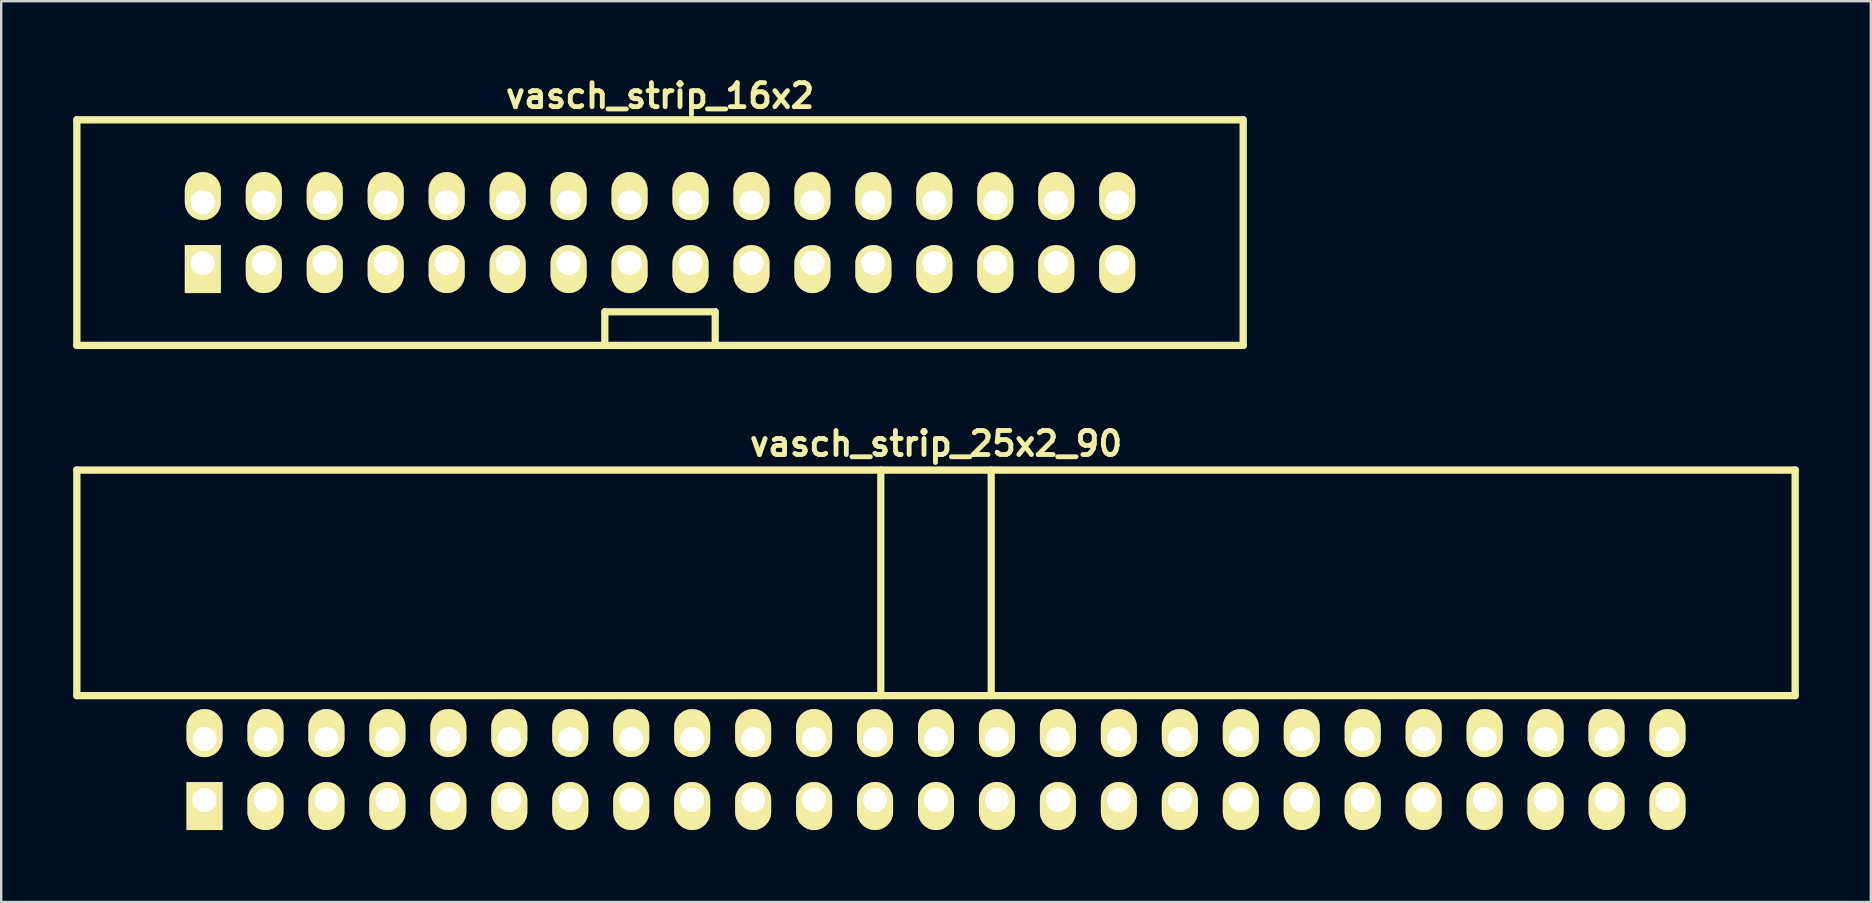
<source format=kicad_pcb>
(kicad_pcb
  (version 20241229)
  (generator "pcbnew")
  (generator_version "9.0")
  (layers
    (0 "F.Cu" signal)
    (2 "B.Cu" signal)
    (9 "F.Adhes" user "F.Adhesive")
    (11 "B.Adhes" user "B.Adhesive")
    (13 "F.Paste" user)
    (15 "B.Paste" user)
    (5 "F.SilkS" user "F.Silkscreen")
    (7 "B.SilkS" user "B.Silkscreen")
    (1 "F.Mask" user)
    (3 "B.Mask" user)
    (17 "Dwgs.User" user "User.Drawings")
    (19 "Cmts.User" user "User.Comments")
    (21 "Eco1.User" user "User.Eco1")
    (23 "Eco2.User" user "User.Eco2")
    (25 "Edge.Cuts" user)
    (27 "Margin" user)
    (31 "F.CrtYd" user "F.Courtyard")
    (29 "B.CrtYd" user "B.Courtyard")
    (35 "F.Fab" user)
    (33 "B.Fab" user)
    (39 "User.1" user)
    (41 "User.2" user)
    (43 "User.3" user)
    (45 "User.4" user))
  (footprint "vasch_strip_25x2_90"
    (layer "F.Cu")
    (at 35.952 23.936)
    (property "Reference" "vasch_strip_25x2_90" (at 0 -8.5 0) (layer "F.SilkS") (effects (font (size 1 1) (thickness 0.203))))
    (attr through_hole)
    (fp_line (start -35.8 -7.4) (end -35.8 2) (stroke (width 0.305) (type solid)) (layer "F.SilkS"))
    (fp_line (start -35.8 2) (end 35.8 2) (stroke (width 0.305) (type solid)) (layer "F.SilkS"))
    (fp_line (start -2.3 -7.4) (end -2.3 2) (stroke (width 0.3) (type solid)) (layer "F.SilkS"))
    (fp_line (start 2.3 -7.4) (end 2.3 2) (stroke (width 0.3) (type solid)) (layer "F.SilkS"))
    (fp_line (start 35.8 -7.4) (end -35.8 -7.4) (stroke (width 0.305) (type solid)) (layer "F.SilkS"))
    (fp_line (start 35.8 -7.4) (end 35.8 2) (stroke (width 0.305) (type solid)) (layer "F.SilkS"))
    (pad "1" thru_hole rect (at -30.48 6.35) (size 1.5 2) (drill 1 (offset 0 0.25)) (layers "*.Cu" "*.Mask" "F.SilkS"))
    (pad "2" thru_hole oval (at -30.48 3.81) (size 1.5 2) (drill 1 (offset 0 -0.25)) (layers "*.Cu" "*.Mask" "F.SilkS"))
    (pad "3" thru_hole oval (at -27.94 6.35) (size 1.5 2) (drill 1 (offset 0 0.25)) (layers "*.Cu" "*.Mask" "F.SilkS"))
    (pad "4" thru_hole oval (at -27.94 3.81) (size 1.5 2) (drill 1 (offset 0 -0.25)) (layers "*.Cu" "*.Mask" "F.SilkS"))
    (pad "5" thru_hole oval (at -25.4 6.35) (size 1.5 2) (drill 1 (offset 0 0.25)) (layers "*.Cu" "*.Mask" "F.SilkS"))
    (pad "6" thru_hole oval (at -25.4 3.81) (size 1.5 2) (drill 1 (offset 0 -0.25)) (layers "*.Cu" "*.Mask" "F.SilkS"))
    (pad "7" thru_hole oval (at -22.86 6.35) (size 1.5 2) (drill 1 (offset 0 0.25)) (layers "*.Cu" "*.Mask" "F.SilkS"))
    (pad "8" thru_hole oval (at -22.86 3.81) (size 1.5 2) (drill 1 (offset 0 -0.25)) (layers "*.Cu" "*.Mask" "F.SilkS"))
    (pad "9" thru_hole oval (at -20.32 6.35) (size 1.5 2) (drill 1 (offset 0 0.25)) (layers "*.Cu" "*.Mask" "F.SilkS"))
    (pad "10" thru_hole oval (at -20.32 3.81) (size 1.5 2) (drill 1 (offset 0 -0.25)) (layers "*.Cu" "*.Mask" "F.SilkS"))
    (pad "11" thru_hole oval (at -17.78 6.35) (size 1.5 2) (drill 1 (offset 0 0.25)) (layers "*.Cu" "*.Mask" "F.SilkS"))
    (pad "12" thru_hole oval (at -17.78 3.81) (size 1.5 2) (drill 1 (offset 0 -0.25)) (layers "*.Cu" "*.Mask" "F.SilkS"))
    (pad "13" thru_hole oval (at -15.24 6.35) (size 1.5 2) (drill 1 (offset 0 0.25)) (layers "*.Cu" "*.Mask" "F.SilkS"))
    (pad "14" thru_hole oval (at -15.24 3.81) (size 1.5 2) (drill 1 (offset 0 -0.25)) (layers "*.Cu" "*.Mask" "F.SilkS"))
    (pad "15" thru_hole oval (at -12.7 6.35) (size 1.5 2) (drill 1 (offset 0 0.25)) (layers "*.Cu" "*.Mask" "F.SilkS"))
    (pad "16" thru_hole oval (at -12.7 3.81) (size 1.5 2) (drill 1 (offset 0 -0.25)) (layers "*.Cu" "*.Mask" "F.SilkS"))
    (pad "17" thru_hole oval (at -10.16 6.35) (size 1.5 2) (drill 1 (offset 0 0.25)) (layers "*.Cu" "*.Mask" "F.SilkS"))
    (pad "18" thru_hole oval (at -10.16 3.81) (size 1.5 2) (drill 1 (offset 0 -0.25)) (layers "*.Cu" "*.Mask" "F.SilkS"))
    (pad "19" thru_hole oval (at -7.62 6.35) (size 1.5 2) (drill 1 (offset 0 0.25)) (layers "*.Cu" "*.Mask" "F.SilkS"))
    (pad "20" thru_hole oval (at -7.62 3.81) (size 1.5 2) (drill 1 (offset 0 -0.25)) (layers "*.Cu" "*.Mask" "F.SilkS"))
    (pad "21" thru_hole oval (at -5.08 6.35) (size 1.5 2) (drill 1 (offset 0 0.25)) (layers "*.Cu" "*.Mask" "F.SilkS"))
    (pad "22" thru_hole oval (at -5.08 3.81) (size 1.5 2) (drill 1 (offset 0 -0.25)) (layers "*.Cu" "*.Mask" "F.SilkS"))
    (pad "23" thru_hole oval (at -2.54 6.35) (size 1.5 2) (drill 1 (offset 0 0.25)) (layers "*.Cu" "*.Mask" "F.SilkS"))
    (pad "24" thru_hole oval (at -2.54 3.81) (size 1.5 2) (drill 1 (offset 0 -0.25)) (layers "*.Cu" "*.Mask" "F.SilkS"))
    (pad "25" thru_hole oval (at 0 6.35) (size 1.5 2) (drill 1 (offset 0 0.25)) (layers "*.Cu" "*.Mask" "F.SilkS"))
    (pad "26" thru_hole oval (at 0 3.81) (size 1.5 2) (drill 1 (offset 0 -0.25)) (layers "*.Cu" "*.Mask" "F.SilkS"))
    (pad "27" thru_hole oval (at 2.54 6.35) (size 1.5 2) (drill 1 (offset 0 0.25)) (layers "*.Cu" "*.Mask" "F.SilkS"))
    (pad "28" thru_hole oval (at 2.54 3.81) (size 1.5 2) (drill 1 (offset 0 -0.25)) (layers "*.Cu" "*.Mask" "F.SilkS"))
    (pad "29" thru_hole oval (at 5.08 6.35) (size 1.5 2) (drill 1 (offset 0 0.25)) (layers "*.Cu" "*.Mask" "F.SilkS"))
    (pad "30" thru_hole oval (at 5.08 3.81) (size 1.5 2) (drill 1 (offset 0 -0.25)) (layers "*.Cu" "*.Mask" "F.SilkS"))
    (pad "31" thru_hole oval (at 7.62 6.35) (size 1.5 2) (drill 1 (offset 0 0.25)) (layers "*.Cu" "*.Mask" "F.SilkS"))
    (pad "32" thru_hole oval (at 7.62 3.81) (size 1.5 2) (drill 1 (offset 0 -0.25)) (layers "*.Cu" "*.Mask" "F.SilkS"))
    (pad "33" thru_hole oval (at 10.16 6.35) (size 1.5 2) (drill 1 (offset 0 0.25)) (layers "*.Cu" "*.Mask" "F.SilkS"))
    (pad "34" thru_hole oval (at 10.16 3.81) (size 1.5 2) (drill 1 (offset 0 -0.25)) (layers "*.Cu" "*.Mask" "F.SilkS"))
    (pad "35" thru_hole oval (at 12.7 6.35) (size 1.5 2) (drill 1 (offset 0 0.25)) (layers "*.Cu" "*.Mask" "F.SilkS"))
    (pad "36" thru_hole oval (at 12.7 3.81) (size 1.5 2) (drill 1 (offset 0 -0.25)) (layers "*.Cu" "*.Mask" "F.SilkS"))
    (pad "37" thru_hole oval (at 15.24 6.35) (size 1.5 2) (drill 1 (offset 0 0.25)) (layers "*.Cu" "*.Mask" "F.SilkS"))
    (pad "38" thru_hole oval (at 15.24 3.81) (size 1.5 2) (drill 1 (offset 0 -0.25)) (layers "*.Cu" "*.Mask" "F.SilkS"))
    (pad "39" thru_hole oval (at 17.78 6.35) (size 1.5 2) (drill 1 (offset 0 0.25)) (layers "*.Cu" "*.Mask" "F.SilkS"))
    (pad "40" thru_hole oval (at 17.78 3.81) (size 1.5 2) (drill 1 (offset 0 -0.25)) (layers "*.Cu" "*.Mask" "F.SilkS"))
    (pad "41" thru_hole oval (at 20.32 6.35) (size 1.5 2) (drill 1 (offset 0 0.25)) (layers "*.Cu" "*.Mask" "F.SilkS"))
    (pad "42" thru_hole oval (at 20.32 3.81) (size 1.5 2) (drill 1 (offset 0 -0.25)) (layers "*.Cu" "*.Mask" "F.SilkS"))
    (pad "43" thru_hole oval (at 22.86 6.35) (size 1.5 2) (drill 1 (offset 0 0.25)) (layers "*.Cu" "*.Mask" "F.SilkS"))
    (pad "44" thru_hole oval (at 22.86 3.81) (size 1.5 2) (drill 1 (offset 0 -0.25)) (layers "*.Cu" "*.Mask" "F.SilkS"))
    (pad "45" thru_hole oval (at 25.4 6.35) (size 1.5 2) (drill 1 (offset 0 0.25)) (layers "*.Cu" "*.Mask" "F.SilkS"))
    (pad "46" thru_hole oval (at 25.4 3.81) (size 1.5 2) (drill 1 (offset 0 -0.25)) (layers "*.Cu" "*.Mask" "F.SilkS"))
    (pad "47" thru_hole oval (at 27.94 6.35) (size 1.5 2) (drill 1 (offset 0 0.25)) (layers "*.Cu" "*.Mask" "F.SilkS"))
    (pad "48" thru_hole oval (at 27.94 3.81) (size 1.5 2) (drill 1 (offset 0 -0.25)) (layers "*.Cu" "*.Mask" "F.SilkS"))
    (pad "49" thru_hole oval (at 30.48 6.35) (size 1.5 2) (drill 1 (offset 0 0.25)) (layers "*.Cu" "*.Mask" "F.SilkS"))
    (pad "50" thru_hole oval (at 30.48 3.81) (size 1.5 2) (drill 1 (offset 0 -0.25)) (layers "*.Cu" "*.Mask" "F.SilkS")))
  (footprint "vasch_strip_16x2"
    (layer "F.Cu")
    (at 24.452 6.642)
    (property "Reference" "vasch_strip_16x2" (at 0 -5.7 0) (layer "F.SilkS") (effects (font (size 1 1) (thickness 0.203))))
    (attr through_hole)
    (fp_line (start -24.3 -4.7) (end -24.3 4.7) (stroke (width 0.305) (type solid)) (layer "F.SilkS"))
    (fp_line (start -24.3 4.7) (end 24.3 4.7) (stroke (width 0.305) (type solid)) (layer "F.SilkS"))
    (fp_line (start -2.3 3.3) (end -2.3 4.7) (stroke (width 0.3) (type solid)) (layer "F.SilkS"))
    (fp_line (start 2.3 3.3) (end -2.3 3.3) (stroke (width 0.3) (type solid)) (layer "F.SilkS"))
    (fp_line (start 2.3 4.7) (end 2.3 3.3) (stroke (width 0.3) (type solid)) (layer "F.SilkS"))
    (fp_line (start 24.3 -4.7) (end -24.3 -4.7) (stroke (width 0.305) (type solid)) (layer "F.SilkS"))
    (fp_line (start 24.3 -4.7) (end 24.3 4.7) (stroke (width 0.305) (type solid)) (layer "F.SilkS"))
    (pad "1" thru_hole rect (at -19.05 1.27) (size 1.5 2) (drill 1 (offset 0 0.25)) (layers "*.Cu" "*.Mask" "F.SilkS"))
    (pad "2" thru_hole oval (at -19.05 -1.27) (size 1.5 2) (drill 1 (offset 0 -0.25)) (layers "*.Cu" "*.Mask" "F.SilkS"))
    (pad "3" thru_hole oval (at -16.51 1.27) (size 1.5 2) (drill 1 (offset 0 0.25)) (layers "*.Cu" "*.Mask" "F.SilkS"))
    (pad "4" thru_hole oval (at -16.51 -1.27) (size 1.5 2) (drill 1 (offset 0 -0.25)) (layers "*.Cu" "*.Mask" "F.SilkS"))
    (pad "5" thru_hole oval (at -13.97 1.27) (size 1.5 2) (drill 1 (offset 0 0.25)) (layers "*.Cu" "*.Mask" "F.SilkS"))
    (pad "6" thru_hole oval (at -13.97 -1.27) (size 1.5 2) (drill 1 (offset 0 -0.25)) (layers "*.Cu" "*.Mask" "F.SilkS"))
    (pad "7" thru_hole oval (at -11.43 1.27) (size 1.5 2) (drill 1 (offset 0 0.25)) (layers "*.Cu" "*.Mask" "F.SilkS"))
    (pad "8" thru_hole oval (at -11.43 -1.27) (size 1.5 2) (drill 1 (offset 0 -0.25)) (layers "*.Cu" "*.Mask" "F.SilkS"))
    (pad "9" thru_hole oval (at -8.89 1.27) (size 1.5 2) (drill 1 (offset 0 0.25)) (layers "*.Cu" "*.Mask" "F.SilkS"))
    (pad "10" thru_hole oval (at -8.89 -1.27) (size 1.5 2) (drill 1 (offset 0 -0.25)) (layers "*.Cu" "*.Mask" "F.SilkS"))
    (pad "11" thru_hole oval (at -6.35 1.27) (size 1.5 2) (drill 1 (offset 0 0.25)) (layers "*.Cu" "*.Mask" "F.SilkS"))
    (pad "12" thru_hole oval (at -6.35 -1.27) (size 1.5 2) (drill 1 (offset 0 -0.25)) (layers "*.Cu" "*.Mask" "F.SilkS"))
    (pad "13" thru_hole oval (at -3.81 1.27) (size 1.5 2) (drill 1 (offset 0 0.25)) (layers "*.Cu" "*.Mask" "F.SilkS"))
    (pad "14" thru_hole oval (at -3.81 -1.27) (size 1.5 2) (drill 1 (offset 0 -0.25)) (layers "*.Cu" "*.Mask" "F.SilkS"))
    (pad "15" thru_hole oval (at -1.27 1.27) (size 1.5 2) (drill 1 (offset 0 0.25)) (layers "*.Cu" "*.Mask" "F.SilkS"))
    (pad "16" thru_hole oval (at -1.27 -1.27) (size 1.5 2) (drill 1 (offset 0 -0.25)) (layers "*.Cu" "*.Mask" "F.SilkS"))
    (pad "17" thru_hole oval (at 1.27 1.27) (size 1.5 2) (drill 1 (offset 0 0.25)) (layers "*.Cu" "*.Mask" "F.SilkS"))
    (pad "18" thru_hole oval (at 1.27 -1.27) (size 1.5 2) (drill 1 (offset 0 -0.25)) (layers "*.Cu" "*.Mask" "F.SilkS"))
    (pad "19" thru_hole oval (at 3.81 1.27) (size 1.5 2) (drill 1 (offset 0 0.25)) (layers "*.Cu" "*.Mask" "F.SilkS"))
    (pad "20" thru_hole oval (at 3.81 -1.27) (size 1.5 2) (drill 1 (offset 0 -0.25)) (layers "*.Cu" "*.Mask" "F.SilkS"))
    (pad "21" thru_hole oval (at 6.35 1.27) (size 1.5 2) (drill 1 (offset 0 0.25)) (layers "*.Cu" "*.Mask" "F.SilkS"))
    (pad "22" thru_hole oval (at 6.35 -1.27) (size 1.5 2) (drill 1 (offset 0 -0.25)) (layers "*.Cu" "*.Mask" "F.SilkS"))
    (pad "23" thru_hole oval (at 8.89 1.27) (size 1.5 2) (drill 1 (offset 0 0.25)) (layers "*.Cu" "*.Mask" "F.SilkS"))
    (pad "24" thru_hole oval (at 8.89 -1.27) (size 1.5 2) (drill 1 (offset 0 -0.25)) (layers "*.Cu" "*.Mask" "F.SilkS"))
    (pad "25" thru_hole oval (at 11.43 1.27) (size 1.5 2) (drill 1 (offset 0 0.25)) (layers "*.Cu" "*.Mask" "F.SilkS"))
    (pad "26" thru_hole oval (at 11.43 -1.27) (size 1.5 2) (drill 1 (offset 0 -0.25)) (layers "*.Cu" "*.Mask" "F.SilkS"))
    (pad "27" thru_hole oval (at 13.97 1.27) (size 1.5 2) (drill 1 (offset 0 0.25)) (layers "*.Cu" "*.Mask" "F.SilkS"))
    (pad "28" thru_hole oval (at 13.97 -1.27) (size 1.5 2) (drill 1 (offset 0 -0.25)) (layers "*.Cu" "*.Mask" "F.SilkS"))
    (pad "29" thru_hole oval (at 16.51 1.27) (size 1.5 2) (drill 1 (offset 0 0.25)) (layers "*.Cu" "*.Mask" "F.SilkS"))
    (pad "30" thru_hole oval (at 16.51 -1.27) (size 1.5 2) (drill 1 (offset 0 -0.25)) (layers "*.Cu" "*.Mask" "F.SilkS"))
    (pad "31" thru_hole oval (at 19.05 1.27) (size 1.5 2) (drill 1 (offset 0 0.25)) (layers "*.Cu" "*.Mask" "F.SilkS"))
    (pad "32" thru_hole oval (at 19.05 -1.27) (size 1.5 2) (drill 1 (offset 0 -0.25)) (layers "*.Cu" "*.Mask" "F.SilkS")))
  (gr_rect
    (start -3 -3)
    (end 74.905 34.536)
    (stroke (width 0.1) (type default))
    (fill no)
    (layer "Edge.Cuts")))
</source>
